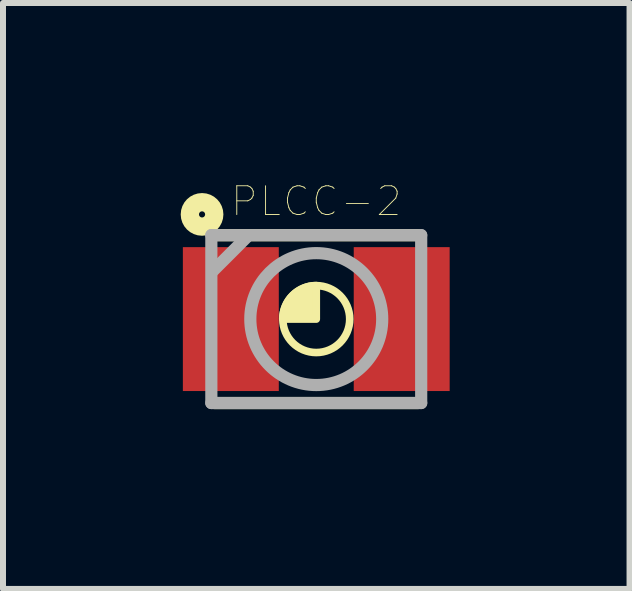
<source format=kicad_pcb>
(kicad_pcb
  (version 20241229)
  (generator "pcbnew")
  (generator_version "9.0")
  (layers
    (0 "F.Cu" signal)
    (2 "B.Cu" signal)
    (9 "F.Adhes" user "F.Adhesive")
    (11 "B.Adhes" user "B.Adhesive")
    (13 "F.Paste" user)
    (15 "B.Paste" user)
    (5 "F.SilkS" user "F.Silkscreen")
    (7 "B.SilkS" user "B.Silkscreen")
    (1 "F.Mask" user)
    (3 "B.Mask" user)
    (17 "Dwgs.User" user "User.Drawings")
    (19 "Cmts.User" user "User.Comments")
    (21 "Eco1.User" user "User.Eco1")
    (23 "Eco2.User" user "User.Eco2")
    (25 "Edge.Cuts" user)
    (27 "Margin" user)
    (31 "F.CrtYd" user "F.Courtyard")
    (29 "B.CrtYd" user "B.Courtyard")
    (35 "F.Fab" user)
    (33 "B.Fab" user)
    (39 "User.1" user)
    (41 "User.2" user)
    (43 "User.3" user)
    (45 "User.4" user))
  (footprint "PLCC-2"
    (layer "F.Cu")
    (at 2.225 2.272)
    (property "Reference" "PLCC-2" (at 0 -1.965 0) (layer "F.SilkS") (effects (font (size 0.48 0.48) (thickness 0.015))))
    (attr through_hole)
    (fp_line (start -1.7 -1.4) (end 1.7 -1.4) (stroke (width 0.203) (type solid)) (layer "F.SilkS"))
    (fp_line (start -1.7 1.4) (end 1.7 1.4) (stroke (width 0.203) (type solid)) (layer "F.SilkS"))
    (fp_circle (center -1.905 -1.746) (end -1.854 -1.746) (stroke (width 0.305) (type solid)) (fill no) (layer "F.SilkS"))
    (fp_circle (center 0 0) (end 0.558 0) (stroke (width 0.127) (type solid)) (fill no) (layer "F.SilkS"))
    (fp_poly (pts (xy 0 0) (xy 0 -0.559) (xy -0.029 -0.558) (xy -0.058 -0.556) (xy -0.087 -0.552) (xy -0.116 -0.547) (xy -0.145 -0.54) (xy -0.173 -0.531) (xy -0.2 -0.522) (xy -0.227 -0.51) (xy -0.254 -0.498) (xy -0.279 -0.484) (xy -0.304 -0.469) (xy -0.328 -0.452) (xy -0.352 -0.434) (xy -0.374 -0.415) (xy -0.395 -0.395) (xy -0.415 -0.374) (xy -0.434 -0.352) (xy -0.452 -0.328) (xy -0.469 -0.304) (xy -0.484 -0.279) (xy -0.498 -0.254) (xy -0.51 -0.227) (xy -0.522 -0.2) (xy -0.531 -0.173) (xy -0.54 -0.145) (xy -0.547 -0.116) (xy -0.552 -0.087) (xy -0.556 -0.058) (xy -0.558 -0.029) (xy -0.559 0) (xy 0 0)) (stroke (width 0.127) (type solid)) (fill yes) (layer "F.SilkS"))
    (fp_line (start -1.75 -1.4) (end -1.75 1.4) (stroke (width 0.203) (type solid)) (layer "F.Fab"))
    (fp_line (start -1.75 1.4) (end 1.75 1.4) (stroke (width 0.203) (type solid)) (layer "F.Fab"))
    (fp_line (start -1.166 -1.36) (end -1.716 -0.81) (stroke (width 0.203) (type solid)) (layer "F.Fab"))
    (fp_line (start 1.75 -1.4) (end -1.75 -1.4) (stroke (width 0.203) (type solid)) (layer "F.Fab"))
    (fp_line (start 1.75 1.4) (end 1.75 -1.4) (stroke (width 0.203) (type solid)) (layer "F.Fab"))
    (fp_circle (center 0 0) (end 1.1 0) (stroke (width 0.203) (type solid)) (fill no) (layer "F.Fab"))
    (pad "A" smd rect (at 1.425 0) (size 1.6 2.4) (layers "F.Cu" "F.Mask" "F.Paste"))
    (pad "C" smd rect (at -1.425 0) (size 1.6 2.4) (layers "F.Cu" "F.Mask" "F.Paste")))
  (gr_rect
    (start -3 -3)
    (end 7.45 6.773)
    (stroke (width 0.1) (type default))
    (fill no)
    (layer "Edge.Cuts")))
</source>
